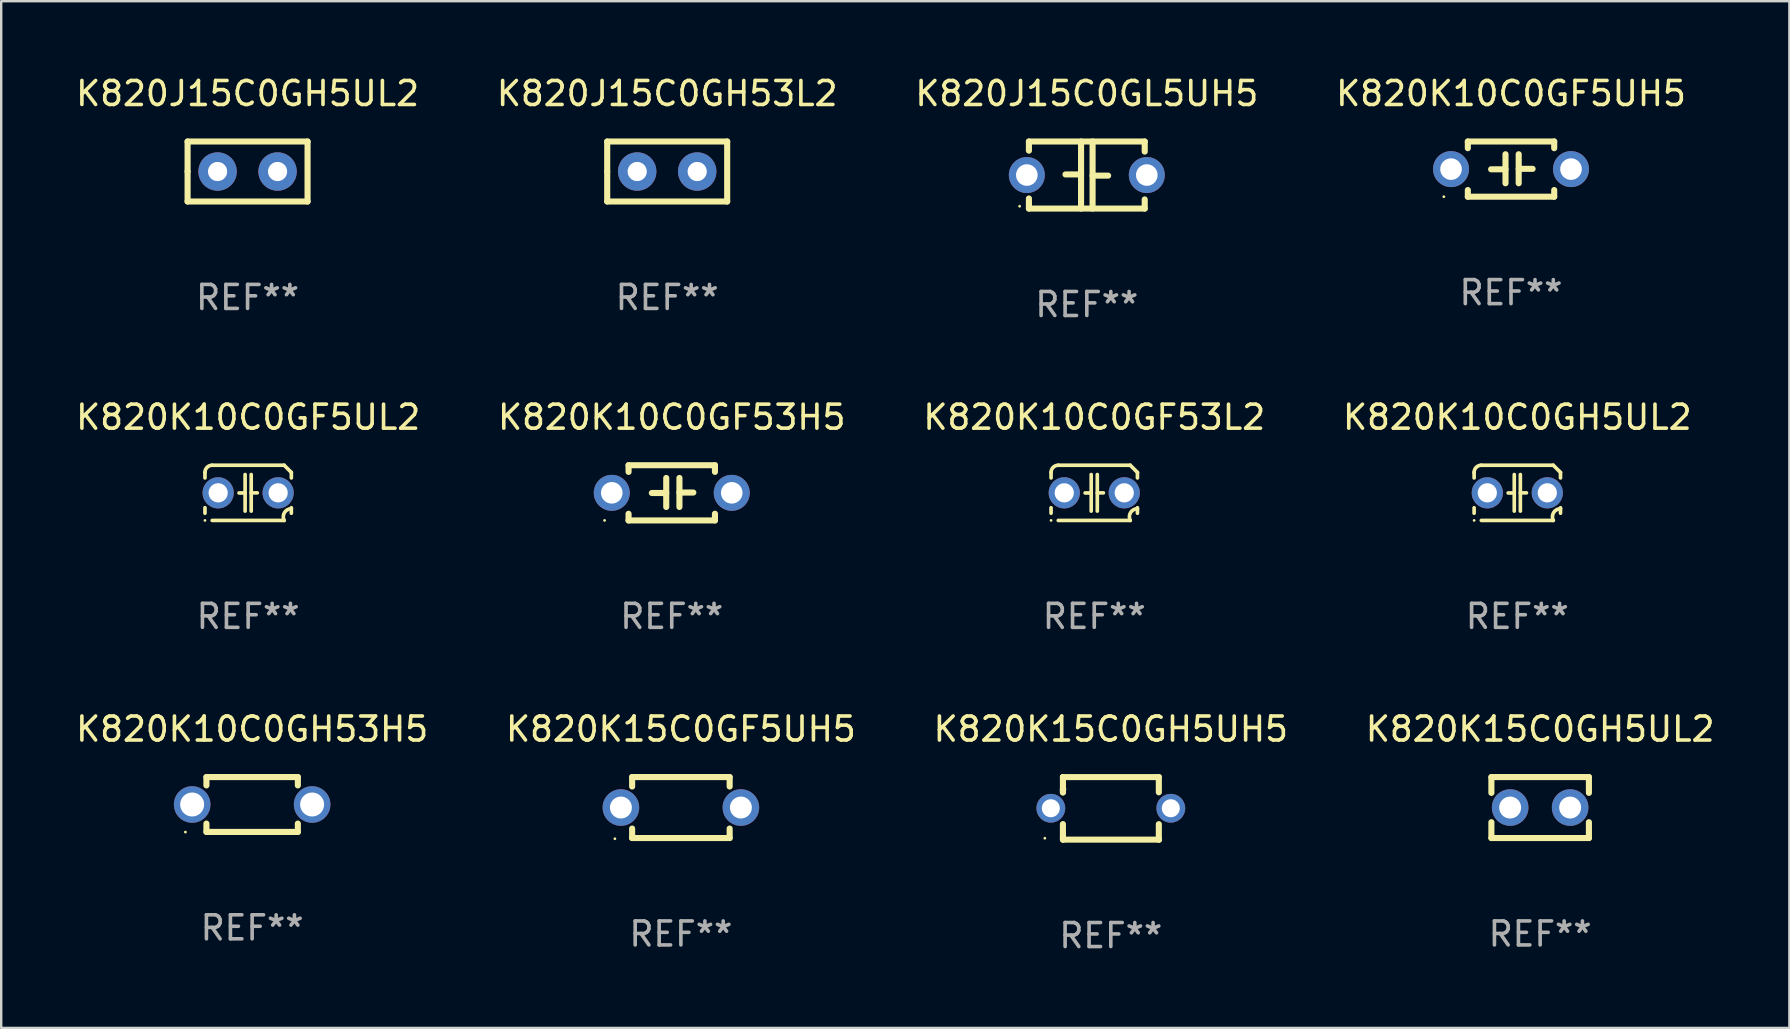
<source format=kicad_pcb>
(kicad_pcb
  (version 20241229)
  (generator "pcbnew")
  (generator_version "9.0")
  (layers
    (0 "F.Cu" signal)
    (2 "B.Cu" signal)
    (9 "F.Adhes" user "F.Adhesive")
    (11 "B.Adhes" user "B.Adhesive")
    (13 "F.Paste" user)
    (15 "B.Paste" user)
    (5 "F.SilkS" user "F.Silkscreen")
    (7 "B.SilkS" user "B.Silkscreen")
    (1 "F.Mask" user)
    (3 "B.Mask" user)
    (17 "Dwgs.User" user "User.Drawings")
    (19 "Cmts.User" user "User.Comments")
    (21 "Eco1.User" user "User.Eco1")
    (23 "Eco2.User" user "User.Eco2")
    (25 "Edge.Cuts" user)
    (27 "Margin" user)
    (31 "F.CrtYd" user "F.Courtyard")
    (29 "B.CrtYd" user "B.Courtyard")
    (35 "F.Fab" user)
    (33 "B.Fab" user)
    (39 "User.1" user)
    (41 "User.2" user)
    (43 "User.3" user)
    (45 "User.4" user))
  (footprint "K820K10C0GF53H5"
    (layer "F.Cu")
    (at 24.946 17.489)
    (property "Reference" "K820K10C0GF53H5" (at 0 -3.15 0) (layer "F.SilkS") (effects (font (size 1 1) (thickness 0.15))))
    (attr through_hole)
    (fp_line (start -1.8 -1.15) (end -1.8 -0.872) (stroke (width 0.254) (type solid)) (layer "F.SilkS"))
    (fp_line (start -1.8 -1.15) (end 1.8 -1.15) (stroke (width 0.254) (type solid)) (layer "F.SilkS"))
    (fp_line (start -1.8 0.872) (end -1.8 1.15) (stroke (width 0.254) (type solid)) (layer "F.SilkS"))
    (fp_line (start -1.8 1.15) (end 1.8 1.15) (stroke (width 0.254) (type solid)) (layer "F.SilkS"))
    (fp_line (start -0.23 -0.62) (end -0.23 0.59) (stroke (width 0.254) (type solid)) (layer "F.SilkS"))
    (fp_line (start -0.23 0.007) (end -0.83 0.007) (stroke (width 0.254) (type solid)) (layer "F.SilkS"))
    (fp_line (start 0.32 -0.62) (end 0.32 0.59) (stroke (width 0.254) (type solid)) (layer "F.SilkS"))
    (fp_line (start 0.32 -0.012) (end 0.9 -0.012) (stroke (width 0.254) (type solid)) (layer "F.SilkS"))
    (fp_line (start 1.8 -1.15) (end 1.8 -0.872) (stroke (width 0.254) (type solid)) (layer "F.SilkS"))
    (fp_line (start 1.8 0.872) (end 1.8 1.15) (stroke (width 0.254) (type solid)) (layer "F.SilkS"))
    (fp_circle (center -2.8 1.15) (end -2.77 1.15) (stroke (width 0.06) (type solid)) (fill no) (layer "F.SilkS"))
    (fp_text user "REF**" (at 0 5.15 0) (layer "F.Fab") (effects (font (size 1 1) (thickness 0.15))))
    (pad "1" thru_hole circle (at -2.5 0) (size 1.5 1.5) (drill 0.9) (layers "*.Cu" "*.Mask"))
    (pad "2" thru_hole circle (at 2.5 0) (size 1.5 1.5) (drill 0.9) (layers "*.Cu" "*.Mask")))
  (footprint "K820K10C0GH5UL2"
    (layer "F.Cu")
    (at 60.185 17.489)
    (property "Reference" "K820K10C0GH5UL2" (at 0 -3.15 0) (layer "F.SilkS") (effects (font (size 1 1) (thickness 0.15))))
    (attr through_hole)
    (fp_line (start -1.8 -0.621) (end -1.8 -0.85) (stroke (width 0.152) (type solid)) (layer "F.SilkS"))
    (fp_line (start -1.8 0.85) (end -1.8 0.621) (stroke (width 0.152) (type solid)) (layer "F.SilkS"))
    (fp_line (start -1.5 -1.15) (end 1.5 -1.15) (stroke (width 0.152) (type solid)) (layer "F.SilkS"))
    (fp_line (start -0.127 -0.762) (end -0.127 0.762) (stroke (width 0.152) (type solid)) (layer "F.SilkS"))
    (fp_line (start -0.127 0.005) (end -0.381 0.005) (stroke (width 0.152) (type solid)) (layer "F.SilkS"))
    (fp_line (start 0.127 -0.762) (end 0.127 0.762) (stroke (width 0.152) (type solid)) (layer "F.SilkS"))
    (fp_line (start 0.127 0.002) (end 0.381 0.002) (stroke (width 0.152) (type solid)) (layer "F.SilkS"))
    (fp_line (start 1.5 1.15) (end -1.5 1.15) (stroke (width 0.152) (type solid)) (layer "F.SilkS"))
    (fp_line (start 1.8 -0.85) (end 1.8 -0.621) (stroke (width 0.152) (type solid)) (layer "F.SilkS"))
    (fp_line (start 1.8 0.621) (end 1.8 0.85) (stroke (width 0.152) (type solid)) (layer "F.SilkS"))
    (fp_arc (start -1.799975 -0.849987) (mid -1.712107 -1.062119) (end -1.499975 -1.149987) (stroke (width 0.151994) (type solid)) (layer "F.SilkS"))
    (fp_arc (start 1.499975 1.149987) (mid 1.513726 0.822359) (end 1.799975 0.662387) (stroke (width 0.151994) (type solid)) (layer "F.SilkS"))
    (fp_arc (start 1.500001 -1.149986) (mid 1.650015 -1.000001) (end 1.8 -0.849987) (stroke (width 0.151994) (type solid)) (layer "F.SilkS"))
    (fp_circle (center -1.8 1.15) (end -1.77 1.15) (stroke (width 0.06) (type solid)) (fill no) (layer "F.SilkS"))
    (fp_text user "REF**" (at 0 5.15 0) (layer "F.Fab") (effects (font (size 1 1) (thickness 0.15))))
    (pad "1" thru_hole circle (at -1.25 0) (size 1.3 1.3) (drill 0.8) (layers "*.Cu" "*.Mask"))
    (pad "2" thru_hole circle (at 1.25 0) (size 1.3 1.3) (drill 0.8) (layers "*.Cu" "*.Mask")))
  (footprint "K820K15C0GH5UH5"
    (layer "F.Cu")
    (at 43.244 30.639)
    (property "Reference" "K820K15C0GH5UH5" (at 0 -3.303 0) (layer "F.SilkS") (effects (font (size 1 1) (thickness 0.15))))
    (attr through_hole)
    (fp_line (start -1.996 -0.782) (end -1.983 -0.795) (stroke (width 0.254) (type solid)) (layer "F.SilkS"))
    (fp_line (start -1.996 -0.665) (end -1.996 -0.782) (stroke (width 0.254) (type solid)) (layer "F.SilkS"))
    (fp_line (start -1.996 1.297) (end -1.996 0.655) (stroke (width 0.254) (type solid)) (layer "F.SilkS"))
    (fp_line (start -1.996 -1.303) (end 2.001 -1.303) (stroke (width 0.254) (type solid)) (layer "F.SilkS"))
    (fp_line (start -1.995 -1.303) (end -1.996 -1.303) (stroke (width 0.254) (type solid)) (layer "F.SilkS"))
    (fp_line (start -1.995 -0.664) (end -1.995 -1.303) (stroke (width 0.254) (type solid)) (layer "F.SilkS"))
    (fp_line (start -1.99 1.303) (end -1.996 1.297) (stroke (width 0.254) (type solid)) (layer "F.SilkS"))
    (fp_line (start 2.001 -1.303) (end 2.001 -0.669) (stroke (width 0.254) (type solid)) (layer "F.SilkS"))
    (fp_line (start 2.001 0.659) (end 2.001 1.297) (stroke (width 0.254) (type solid)) (layer "F.SilkS"))
    (fp_line (start 2.001 1.297) (end 2.008 1.303) (stroke (width 0.254) (type solid)) (layer "F.SilkS"))
    (fp_line (start 2.008 1.303) (end -1.99 1.303) (stroke (width 0.254) (type solid)) (layer "F.SilkS"))
    (fp_circle (center -2.75 1.245) (end -2.72 1.245) (stroke (width 0.06) (type solid)) (fill no) (layer "F.SilkS"))
    (fp_text user "REF**" (at 0 5.303 0) (layer "F.Fab") (effects (font (size 1 1) (thickness 0.15))))
    (pad "1" thru_hole circle (at -2.5 -0.005) (size 1.2 1.2) (drill 0.75) (layers "*.Cu" "*.Mask"))
    (pad "2" thru_hole circle (at 2.5 -0.005) (size 1.2 1.2) (drill 0.75) (layers "*.Cu" "*.Mask")))
  (footprint "K820K10C0GF5UH5"
    (layer "F.Cu")
    (at 59.923 3.998)
    (property "Reference" "K820K10C0GF5UH5" (at 0 -3.15 0) (layer "F.SilkS") (effects (font (size 1 1) (thickness 0.15))))
    (attr through_hole)
    (fp_line (start -1.8 -1.15) (end -1.8 -0.872) (stroke (width 0.254) (type solid)) (layer "F.SilkS"))
    (fp_line (start -1.8 -1.15) (end 1.8 -1.15) (stroke (width 0.254) (type solid)) (layer "F.SilkS"))
    (fp_line (start -1.8 0.872) (end -1.8 1.15) (stroke (width 0.254) (type solid)) (layer "F.SilkS"))
    (fp_line (start -1.8 1.15) (end 1.8 1.15) (stroke (width 0.254) (type solid)) (layer "F.SilkS"))
    (fp_line (start -0.23 -0.62) (end -0.23 0.59) (stroke (width 0.254) (type solid)) (layer "F.SilkS"))
    (fp_line (start -0.23 0.007) (end -0.83 0.007) (stroke (width 0.254) (type solid)) (layer "F.SilkS"))
    (fp_line (start 0.32 -0.62) (end 0.32 0.59) (stroke (width 0.254) (type solid)) (layer "F.SilkS"))
    (fp_line (start 0.32 -0.012) (end 0.9 -0.012) (stroke (width 0.254) (type solid)) (layer "F.SilkS"))
    (fp_line (start 1.8 -1.15) (end 1.8 -0.872) (stroke (width 0.254) (type solid)) (layer "F.SilkS"))
    (fp_line (start 1.8 0.872) (end 1.8 1.15) (stroke (width 0.254) (type solid)) (layer "F.SilkS"))
    (fp_circle (center -2.8 1.15) (end -2.77 1.15) (stroke (width 0.06) (type solid)) (fill no) (layer "F.SilkS"))
    (fp_text user "REF**" (at 0 5.15 0) (layer "F.Fab") (effects (font (size 1 1) (thickness 0.15))))
    (pad "1" thru_hole circle (at -2.5 0) (size 1.5 1.5) (drill 0.9) (layers "*.Cu" "*.Mask"))
    (pad "2" thru_hole circle (at 2.5 0) (size 1.5 1.5) (drill 0.9) (layers "*.Cu" "*.Mask")))
  (footprint "K820J15C0GH5UL2"
    (layer "F.Cu")
    (at 7.268 4.098)
    (property "Reference" "K820J15C0GH5UL2" (at 0 -3.25 0) (layer "F.SilkS") (effects (font (size 1 1) (thickness 0.15))))
    (attr through_hole)
    (fp_line (start -2.5 -1.25) (end 2.5 -1.25) (stroke (width 0.254) (type solid)) (layer "F.SilkS"))
    (fp_line (start -2.5 0) (end -2.5 -1.25) (stroke (width 0.254) (type solid)) (layer "F.SilkS"))
    (fp_line (start -2.5 1.25) (end -2.5 0) (stroke (width 0.254) (type solid)) (layer "F.SilkS"))
    (fp_line (start 2.5 -1.25) (end 2.5 1.25) (stroke (width 0.254) (type solid)) (layer "F.SilkS"))
    (fp_line (start 2.5 1.25) (end -2.5 1.25) (stroke (width 0.254) (type solid)) (layer "F.SilkS"))
    (fp_circle (center -2.5 1.25) (end -2.47 1.25) (stroke (width 0.06) (type solid)) (fill no) (layer "F.SilkS"))
    (fp_text user "REF**" (at 0 5.25 0) (layer "F.Fab") (effects (font (size 1 1) (thickness 0.15))))
    (pad "1" thru_hole circle (at -1.25 0) (size 1.6 1.6) (drill 0.8) (layers "*.Cu" "*.Mask"))
    (pad "2" thru_hole circle (at 1.25 0) (size 1.6 1.6) (drill 0.8) (layers "*.Cu" "*.Mask")))
  (footprint "K820K15C0GF5UH5"
    (layer "F.Cu")
    (at 25.327 30.605)
    (property "Reference" "K820K15C0GF5UH5" (at 0 -3.27 0) (layer "F.SilkS") (effects (font (size 1 1) (thickness 0.15))))
    (attr through_hole)
    (fp_line (start -2.032 -1.27) (end -2.032 -0.876) (stroke (width 0.254) (type solid)) (layer "F.SilkS"))
    (fp_line (start -2.032 0.876) (end -2.032 1.27) (stroke (width 0.254) (type solid)) (layer "F.SilkS"))
    (fp_line (start -2.032 1.27) (end 2.032 1.27) (stroke (width 0.254) (type solid)) (layer "F.SilkS"))
    (fp_line (start 2.032 -1.27) (end -2.032 -1.27) (stroke (width 0.254) (type solid)) (layer "F.SilkS"))
    (fp_line (start 2.032 -0.876) (end 2.032 -1.27) (stroke (width 0.254) (type solid)) (layer "F.SilkS"))
    (fp_line (start 2.032 1.27) (end 2.032 0.876) (stroke (width 0.254) (type solid)) (layer "F.SilkS"))
    (fp_circle (center -2.751 1.3) (end -2.721 1.3) (stroke (width 0.06) (type solid)) (fill no) (layer "F.SilkS"))
    (fp_text user "REF**" (at 0 5.27 0) (layer "F.Fab") (effects (font (size 1 1) (thickness 0.15))))
    (pad "1" thru_hole circle (at -2.5 0) (size 1.524 1.524) (drill 0.914) (layers "*.Cu" "*.Mask"))
    (pad "2" thru_hole circle (at 2.5 0) (size 1.524 1.524) (drill 0.914) (layers "*.Cu" "*.Mask")))
  (footprint "K820K10C0GH53H5"
    (layer "F.Cu")
    (at 7.458 30.478)
    (property "Reference" "K820K10C0GH53H5" (at 0 -3.143 0) (layer "F.SilkS") (effects (font (size 1 1) (thickness 0.15))))
    (attr through_hole)
    (fp_line (start -1.905 -1.143) (end 1.905 -1.143) (stroke (width 0.254) (type solid)) (layer "F.SilkS"))
    (fp_line (start -1.905 -0.795) (end -1.905 -1.143) (stroke (width 0.254) (type solid)) (layer "F.SilkS"))
    (fp_line (start -1.905 1.143) (end -1.905 0.795) (stroke (width 0.254) (type solid)) (layer "F.SilkS"))
    (fp_line (start 1.905 -1.143) (end 1.905 -0.795) (stroke (width 0.254) (type solid)) (layer "F.SilkS"))
    (fp_line (start 1.905 0.795) (end 1.905 1.143) (stroke (width 0.254) (type solid)) (layer "F.SilkS"))
    (fp_line (start 1.905 1.143) (end -1.905 1.143) (stroke (width 0.254) (type solid)) (layer "F.SilkS"))
    (fp_circle (center -2.781 1.15) (end -2.751 1.15) (stroke (width 0.06) (type solid)) (fill no) (layer "F.SilkS"))
    (fp_text user "REF**" (at 0 5.143 0) (layer "F.Fab") (effects (font (size 1 1) (thickness 0.15))))
    (pad "1" thru_hole circle (at -2.5 0) (size 1.524 1.524) (drill 1) (layers "*.Cu" "*.Mask"))
    (pad "2" thru_hole circle (at 2.5 0) (size 1.524 1.524) (drill 1) (layers "*.Cu" "*.Mask")))
  (footprint "K820K15C0GH5UL2"
    (layer "F.Cu")
    (at 61.137 30.605)
    (property "Reference" "K820K15C0GH5UL2" (at 0 -3.27 0) (layer "F.SilkS") (effects (font (size 1 1) (thickness 0.15))))
    (attr through_hole)
    (fp_line (start -2.032 -1.27) (end -2.032 -0.611) (stroke (width 0.254) (type solid)) (layer "F.SilkS"))
    (fp_line (start -2.032 0.611) (end -2.032 1.27) (stroke (width 0.254) (type solid)) (layer "F.SilkS"))
    (fp_line (start -2.032 1.27) (end 2.032 1.27) (stroke (width 0.254) (type solid)) (layer "F.SilkS"))
    (fp_line (start 2.032 -1.27) (end -2.032 -1.27) (stroke (width 0.254) (type solid)) (layer "F.SilkS"))
    (fp_line (start 2.032 -0.611) (end 2.032 -1.27) (stroke (width 0.254) (type solid)) (layer "F.SilkS"))
    (fp_line (start 2.032 1.27) (end 2.032 0.611) (stroke (width 0.254) (type solid)) (layer "F.SilkS"))
    (fp_circle (center -2 1.3) (end -1.97 1.3) (stroke (width 0.06) (type solid)) (fill no) (layer "F.SilkS"))
    (fp_text user "REF**" (at 0 5.27 0) (layer "F.Fab") (effects (font (size 1 1) (thickness 0.15))))
    (pad "1" thru_hole circle (at -1.25 0) (size 1.524 1.524) (drill 0.914) (layers "*.Cu" "*.Mask"))
    (pad "2" thru_hole circle (at 1.25 0) (size 1.524 1.524) (drill 0.914) (layers "*.Cu" "*.Mask")))
  (footprint "K820J15C0GL5UH5"
    (layer "F.Cu")
    (at 42.244 4.245)
    (property "Reference" "K820J15C0GL5UH5" (at 0 -3.397 0) (layer "F.SilkS") (effects (font (size 1 1) (thickness 0.15))))
    (attr through_hole)
    (fp_line (start -2.413 -1.397) (end 2.413 -1.397) (stroke (width 0.254) (type solid)) (layer "F.SilkS"))
    (fp_line (start -2.413 -1.016) (end -2.413 -1.397) (stroke (width 0.254) (type solid)) (layer "F.SilkS"))
    (fp_line (start -2.413 0.977) (end -2.413 1.397) (stroke (width 0.254) (type solid)) (layer "F.SilkS"))
    (fp_line (start -0.24 -0.025) (end -0.889 -0.025) (stroke (width 0.254) (type solid)) (layer "F.SilkS"))
    (fp_line (start -0.24 1.397) (end -0.24 -1.397) (stroke (width 0.254) (type solid)) (layer "F.SilkS"))
    (fp_line (start 0.24 -1.397) (end 0.24 1.397) (stroke (width 0.254) (type solid)) (layer "F.SilkS"))
    (fp_line (start 0.24 0.025) (end 0.889 0.025) (stroke (width 0.254) (type solid)) (layer "F.SilkS"))
    (fp_line (start 2.413 -0.977) (end 2.413 -1.397) (stroke (width 0.254) (type solid)) (layer "F.SilkS"))
    (fp_line (start 2.413 1.016) (end 2.413 1.397) (stroke (width 0.254) (type solid)) (layer "F.SilkS"))
    (fp_line (start 2.413 1.397) (end -2.413 1.397) (stroke (width 0.254) (type solid)) (layer "F.SilkS"))
    (fp_circle (center -2.8 1.3) (end -2.77 1.3) (stroke (width 0.06) (type solid)) (fill no) (layer "F.SilkS"))
    (fp_text user "REF**" (at 0 5.397 0) (layer "F.Fab") (effects (font (size 1 1) (thickness 0.15))))
    (pad "1" thru_hole circle (at -2.5 0) (size 1.5 1.5) (drill 0.9) (layers "*.Cu" "*.Mask"))
    (pad "2" thru_hole circle (at 2.5 0) (size 1.5 1.5) (drill 0.9) (layers "*.Cu" "*.Mask")))
  (footprint "K820K10C0GF5UL2"
    (layer "F.Cu")
    (at 7.292 17.489)
    (property "Reference" "K820K10C0GF5UL2" (at 0 -3.15 0) (layer "F.SilkS") (effects (font (size 1 1) (thickness 0.15))))
    (attr through_hole)
    (fp_line (start -1.8 -0.621) (end -1.8 -0.85) (stroke (width 0.152) (type solid)) (layer "F.SilkS"))
    (fp_line (start -1.8 0.85) (end -1.8 0.621) (stroke (width 0.152) (type solid)) (layer "F.SilkS"))
    (fp_line (start -1.5 -1.15) (end 1.5 -1.15) (stroke (width 0.152) (type solid)) (layer "F.SilkS"))
    (fp_line (start -0.127 -0.762) (end -0.127 0.762) (stroke (width 0.152) (type solid)) (layer "F.SilkS"))
    (fp_line (start -0.127 0.005) (end -0.381 0.005) (stroke (width 0.152) (type solid)) (layer "F.SilkS"))
    (fp_line (start 0.127 -0.762) (end 0.127 0.762) (stroke (width 0.152) (type solid)) (layer "F.SilkS"))
    (fp_line (start 0.127 0.002) (end 0.381 0.002) (stroke (width 0.152) (type solid)) (layer "F.SilkS"))
    (fp_line (start 1.5 1.15) (end -1.5 1.15) (stroke (width 0.152) (type solid)) (layer "F.SilkS"))
    (fp_line (start 1.8 -0.85) (end 1.8 -0.621) (stroke (width 0.152) (type solid)) (layer "F.SilkS"))
    (fp_line (start 1.8 0.621) (end 1.8 0.85) (stroke (width 0.152) (type solid)) (layer "F.SilkS"))
    (fp_arc (start -1.799975 -0.849987) (mid -1.712107 -1.062119) (end -1.499975 -1.149987) (stroke (width 0.151994) (type solid)) (layer "F.SilkS"))
    (fp_arc (start 1.499975 1.149987) (mid 1.513726 0.822359) (end 1.799975 0.662387) (stroke (width 0.151994) (type solid)) (layer "F.SilkS"))
    (fp_arc (start 1.500001 -1.149986) (mid 1.650015 -1.000001) (end 1.8 -0.849987) (stroke (width 0.151994) (type solid)) (layer "F.SilkS"))
    (fp_circle (center -1.8 1.15) (end -1.77 1.15) (stroke (width 0.06) (type solid)) (fill no) (layer "F.SilkS"))
    (fp_text user "REF**" (at 0 5.15 0) (layer "F.Fab") (effects (font (size 1 1) (thickness 0.15))))
    (pad "1" thru_hole circle (at -1.25 0) (size 1.3 1.3) (drill 0.8) (layers "*.Cu" "*.Mask"))
    (pad "2" thru_hole circle (at 1.25 0) (size 1.3 1.3) (drill 0.8) (layers "*.Cu" "*.Mask")))
  (footprint "K820K10C0GF53L2"
    (layer "F.Cu")
    (at 42.554 17.489)
    (property "Reference" "K820K10C0GF53L2" (at 0 -3.15 0) (layer "F.SilkS") (effects (font (size 1 1) (thickness 0.15))))
    (attr through_hole)
    (fp_line (start -1.8 -0.621) (end -1.8 -0.85) (stroke (width 0.152) (type solid)) (layer "F.SilkS"))
    (fp_line (start -1.8 0.85) (end -1.8 0.621) (stroke (width 0.152) (type solid)) (layer "F.SilkS"))
    (fp_line (start -1.5 -1.15) (end 1.5 -1.15) (stroke (width 0.152) (type solid)) (layer "F.SilkS"))
    (fp_line (start -0.127 -0.762) (end -0.127 0.762) (stroke (width 0.152) (type solid)) (layer "F.SilkS"))
    (fp_line (start -0.127 0.005) (end -0.381 0.005) (stroke (width 0.152) (type solid)) (layer "F.SilkS"))
    (fp_line (start 0.127 -0.762) (end 0.127 0.762) (stroke (width 0.152) (type solid)) (layer "F.SilkS"))
    (fp_line (start 0.127 0.002) (end 0.381 0.002) (stroke (width 0.152) (type solid)) (layer "F.SilkS"))
    (fp_line (start 1.5 1.15) (end -1.5 1.15) (stroke (width 0.152) (type solid)) (layer "F.SilkS"))
    (fp_line (start 1.8 -0.85) (end 1.8 -0.621) (stroke (width 0.152) (type solid)) (layer "F.SilkS"))
    (fp_line (start 1.8 0.621) (end 1.8 0.85) (stroke (width 0.152) (type solid)) (layer "F.SilkS"))
    (fp_arc (start -1.799975 -0.849987) (mid -1.712107 -1.062119) (end -1.499975 -1.149987) (stroke (width 0.151994) (type solid)) (layer "F.SilkS"))
    (fp_arc (start 1.499975 1.149987) (mid 1.513726 0.822359) (end 1.799975 0.662387) (stroke (width 0.151994) (type solid)) (layer "F.SilkS"))
    (fp_arc (start 1.500001 -1.149986) (mid 1.650015 -1.000001) (end 1.8 -0.849987) (stroke (width 0.151994) (type solid)) (layer "F.SilkS"))
    (fp_circle (center -1.8 1.15) (end -1.77 1.15) (stroke (width 0.06) (type solid)) (fill no) (layer "F.SilkS"))
    (fp_text user "REF**" (at 0 5.15 0) (layer "F.Fab") (effects (font (size 1 1) (thickness 0.15))))
    (pad "1" thru_hole circle (at -1.25 0) (size 1.3 1.3) (drill 0.8) (layers "*.Cu" "*.Mask"))
    (pad "2" thru_hole circle (at 1.25 0) (size 1.3 1.3) (drill 0.8) (layers "*.Cu" "*.Mask")))
  (footprint "K820J15C0GH53L2"
    (layer "F.Cu")
    (at 24.756 4.098)
    (property "Reference" "K820J15C0GH53L2" (at 0 -3.25 0) (layer "F.SilkS") (effects (font (size 1 1) (thickness 0.15))))
    (attr through_hole)
    (fp_line (start -2.5 -1.25) (end 2.5 -1.25) (stroke (width 0.254) (type solid)) (layer "F.SilkS"))
    (fp_line (start -2.5 0) (end -2.5 -1.25) (stroke (width 0.254) (type solid)) (layer "F.SilkS"))
    (fp_line (start -2.5 1.25) (end -2.5 0) (stroke (width 0.254) (type solid)) (layer "F.SilkS"))
    (fp_line (start 2.5 -1.25) (end 2.5 1.25) (stroke (width 0.254) (type solid)) (layer "F.SilkS"))
    (fp_line (start 2.5 1.25) (end -2.5 1.25) (stroke (width 0.254) (type solid)) (layer "F.SilkS"))
    (fp_circle (center -2.5 1.25) (end -2.47 1.25) (stroke (width 0.06) (type solid)) (fill no) (layer "F.SilkS"))
    (fp_text user "REF**" (at 0 5.25 0) (layer "F.Fab") (effects (font (size 1 1) (thickness 0.15))))
    (pad "1" thru_hole circle (at -1.25 0) (size 1.6 1.6) (drill 0.8) (layers "*.Cu" "*.Mask"))
    (pad "2" thru_hole circle (at 1.25 0) (size 1.6 1.6) (drill 0.8) (layers "*.Cu" "*.Mask")))
  (gr_rect
    (start -3 -3)
    (end 71.524 39.79)
    (stroke (width 0.1) (type default))
    (fill no)
    (layer "Edge.Cuts")))
</source>
